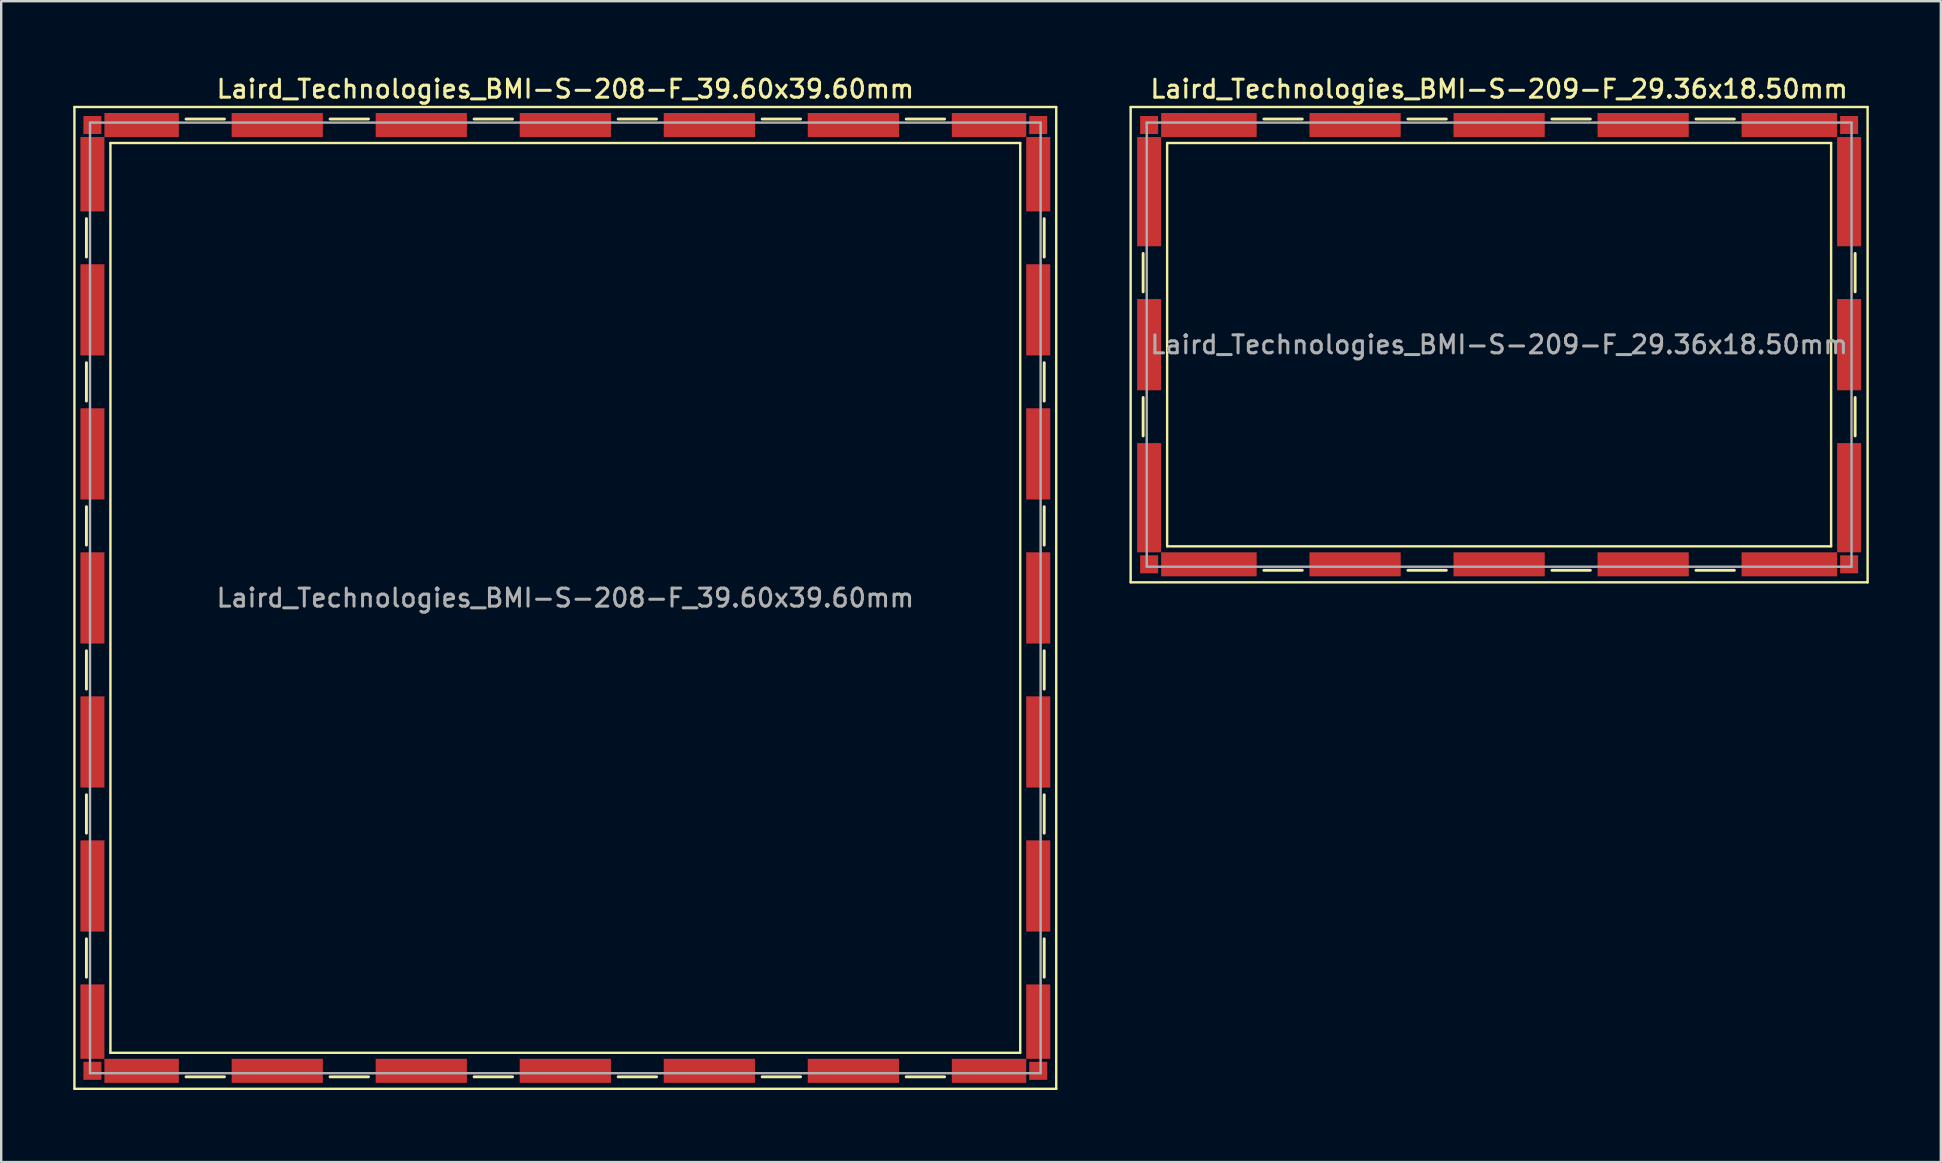
<source format=kicad_pcb>
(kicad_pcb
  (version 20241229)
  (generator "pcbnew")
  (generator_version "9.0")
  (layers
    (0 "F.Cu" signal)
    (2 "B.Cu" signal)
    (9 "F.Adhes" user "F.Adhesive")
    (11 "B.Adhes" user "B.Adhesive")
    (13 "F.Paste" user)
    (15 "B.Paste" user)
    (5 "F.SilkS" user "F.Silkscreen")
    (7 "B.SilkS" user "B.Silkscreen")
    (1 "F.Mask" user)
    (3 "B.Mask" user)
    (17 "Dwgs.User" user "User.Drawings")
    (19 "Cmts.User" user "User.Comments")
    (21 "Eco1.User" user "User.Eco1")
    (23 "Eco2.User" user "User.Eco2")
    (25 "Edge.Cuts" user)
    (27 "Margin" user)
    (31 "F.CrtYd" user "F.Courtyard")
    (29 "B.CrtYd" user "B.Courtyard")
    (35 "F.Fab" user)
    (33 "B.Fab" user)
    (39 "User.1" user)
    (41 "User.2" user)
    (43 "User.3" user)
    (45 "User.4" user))
  (footprint "Laird_Technologies_BMI-S-209-F_29.36x18.50mm"
    (layer "F.Cu")
    (at 59.4 11.308)
    (property "Reference" "Laird_Technologies_BMI-S-209-F_29.36x18.50mm" (at 0 -10.65 0) (layer "F.SilkS") (effects (font (size 0.75 0.75) (thickness 0.125))))
    (attr smd)
    (fp_line (start -15.35 -9.9) (end -15.35 9.9) (stroke (width 0.1) (type solid)) (layer "F.SilkS"))
    (fp_line (start -15.35 9.9) (end 15.35 9.9) (stroke (width 0.1) (type solid)) (layer "F.SilkS"))
    (fp_line (start -14.83 -3.8) (end -14.83 -2.2) (stroke (width 0.12) (type solid)) (layer "F.SilkS"))
    (fp_line (start -14.83 2.2) (end -14.83 3.8) (stroke (width 0.12) (type solid)) (layer "F.SilkS"))
    (fp_line (start -13.83 -8.4) (end -13.83 8.4) (stroke (width 0.1) (type solid)) (layer "F.SilkS"))
    (fp_line (start -9.8 -9.4) (end -8.2 -9.4) (stroke (width 0.12) (type solid)) (layer "F.SilkS"))
    (fp_line (start -9.8 9.4) (end -8.2 9.4) (stroke (width 0.12) (type solid)) (layer "F.SilkS"))
    (fp_line (start -3.8 -9.4) (end -2.2 -9.4) (stroke (width 0.12) (type solid)) (layer "F.SilkS"))
    (fp_line (start -3.8 9.4) (end -2.2 9.4) (stroke (width 0.12) (type solid)) (layer "F.SilkS"))
    (fp_line (start 2.2 -9.4) (end 3.8 -9.4) (stroke (width 0.12) (type solid)) (layer "F.SilkS"))
    (fp_line (start 2.2 9.4) (end 3.8 9.4) (stroke (width 0.12) (type solid)) (layer "F.SilkS"))
    (fp_line (start 8.2 -9.4) (end 9.8 -9.4) (stroke (width 0.12) (type solid)) (layer "F.SilkS"))
    (fp_line (start 8.2 9.4) (end 9.8 9.4) (stroke (width 0.12) (type solid)) (layer "F.SilkS"))
    (fp_line (start 13.83 -8.4) (end -13.83 -8.4) (stroke (width 0.1) (type solid)) (layer "F.SilkS"))
    (fp_line (start 13.83 -8.4) (end 13.83 8.4) (stroke (width 0.1) (type solid)) (layer "F.SilkS"))
    (fp_line (start 13.83 8.4) (end -13.83 8.4) (stroke (width 0.1) (type solid)) (layer "F.SilkS"))
    (fp_line (start 14.83 -3.8) (end 14.83 -2.2) (stroke (width 0.12) (type solid)) (layer "F.SilkS"))
    (fp_line (start 14.83 2.2) (end 14.83 3.8) (stroke (width 0.12) (type solid)) (layer "F.SilkS"))
    (fp_line (start 15.35 -9.9) (end -15.35 -9.9) (stroke (width 0.1) (type solid)) (layer "F.SilkS"))
    (fp_line (start 15.35 9.9) (end 15.35 -9.9) (stroke (width 0.1) (type solid)) (layer "F.SilkS"))
    (fp_line (start -14.68 -9.25) (end -14.68 9.25) (stroke (width 0.1) (type solid)) (layer "F.Fab"))
    (fp_line (start -14.68 9.25) (end 14.68 9.25) (stroke (width 0.1) (type solid)) (layer "F.Fab"))
    (fp_line (start 14.68 -9.25) (end -14.68 -9.25) (stroke (width 0.1) (type solid)) (layer "F.Fab"))
    (fp_line (start 14.68 9.25) (end 14.68 -9.25) (stroke (width 0.1) (type solid)) (layer "F.Fab"))
    (fp_text user "${REFERENCE}" (at 0 0 0) (layer "F.Fab") (effects (font (size 0.75 0.75) (thickness 0.125))))
    (pad "1" smd rect (at -14.58 -9.15) (size 0.75 0.75) (layers "F.Cu" "F.Mask" "F.Paste"))
    (pad "1" smd rect (at -14.58 -6.375) (size 1 4.55) (layers "F.Cu" "F.Mask" "F.Paste"))
    (pad "1" smd rect (at -14.58 0) (size 1 3.8) (layers "F.Cu" "F.Mask" "F.Paste"))
    (pad "1" smd rect (at -14.58 6.375) (size 1 4.55) (layers "F.Cu" "F.Mask" "F.Paste"))
    (pad "1" smd rect (at -14.58 9.15) (size 0.75 0.75) (layers "F.Cu" "F.Mask" "F.Paste"))
    (pad "1" smd rect (at -12.09 -9.15) (size 3.98 1) (layers "F.Cu" "F.Mask" "F.Paste"))
    (pad "1" smd rect (at -12.09 9.15) (size 3.98 1) (layers "F.Cu" "F.Mask" "F.Paste"))
    (pad "1" smd rect (at -6 -9.15) (size 3.8 1) (layers "F.Cu" "F.Mask" "F.Paste"))
    (pad "1" smd rect (at -6 9.15) (size 3.8 1) (layers "F.Cu" "F.Mask" "F.Paste"))
    (pad "1" smd rect (at 0 -9.15) (size 3.8 1) (layers "F.Cu" "F.Mask" "F.Paste"))
    (pad "1" smd rect (at 0 9.15) (size 3.8 1) (layers "F.Cu" "F.Mask" "F.Paste"))
    (pad "1" smd rect (at 6 -9.15) (size 3.8 1) (layers "F.Cu" "F.Mask" "F.Paste"))
    (pad "1" smd rect (at 6 9.15) (size 3.8 1) (layers "F.Cu" "F.Mask" "F.Paste"))
    (pad "1" smd rect (at 12.09 -9.15) (size 3.98 1) (layers "F.Cu" "F.Mask" "F.Paste"))
    (pad "1" smd rect (at 12.09 9.15) (size 3.98 1) (layers "F.Cu" "F.Mask" "F.Paste"))
    (pad "1" smd rect (at 14.58 -9.15) (size 0.75 0.75) (layers "F.Cu" "F.Mask" "F.Paste"))
    (pad "1" smd rect (at 14.58 -6.375) (size 1 4.55) (layers "F.Cu" "F.Mask" "F.Paste"))
    (pad "1" smd rect (at 14.58 0) (size 1 3.8) (layers "F.Cu" "F.Mask" "F.Paste"))
    (pad "1" smd rect (at 14.58 6.375) (size 1 4.55) (layers "F.Cu" "F.Mask" "F.Paste"))
    (pad "1" smd rect (at 14.58 9.15) (size 0.75 0.75) (layers "F.Cu" "F.Mask" "F.Paste")))
  (footprint "Laird_Technologies_BMI-S-208-F_39.60x39.60mm"
    (layer "F.Cu")
    (at 20.5 21.858)
    (property "Reference" "Laird_Technologies_BMI-S-208-F_39.60x39.60mm" (at 0 -21.2 0) (layer "F.SilkS") (effects (font (size 0.75 0.75) (thickness 0.125))))
    (attr smd)
    (fp_line (start -20.45 -20.45) (end -20.45 20.45) (stroke (width 0.1) (type solid)) (layer "F.SilkS"))
    (fp_line (start -20.45 20.45) (end 20.45 20.45) (stroke (width 0.1) (type solid)) (layer "F.SilkS"))
    (fp_line (start -19.95 -15.8) (end -19.95 -14.2) (stroke (width 0.12) (type solid)) (layer "F.SilkS"))
    (fp_line (start -19.95 -9.8) (end -19.95 -8.2) (stroke (width 0.12) (type solid)) (layer "F.SilkS"))
    (fp_line (start -19.95 -3.8) (end -19.95 -2.2) (stroke (width 0.12) (type solid)) (layer "F.SilkS"))
    (fp_line (start -19.95 2.2) (end -19.95 3.8) (stroke (width 0.12) (type solid)) (layer "F.SilkS"))
    (fp_line (start -19.95 8.2) (end -19.95 9.8) (stroke (width 0.12) (type solid)) (layer "F.SilkS"))
    (fp_line (start -19.95 14.2) (end -19.95 15.8) (stroke (width 0.12) (type solid)) (layer "F.SilkS"))
    (fp_line (start -18.95 -18.95) (end -18.95 18.95) (stroke (width 0.1) (type solid)) (layer "F.SilkS"))
    (fp_line (start -15.8 -19.95) (end -14.2 -19.95) (stroke (width 0.12) (type solid)) (layer "F.SilkS"))
    (fp_line (start -15.8 19.95) (end -14.2 19.95) (stroke (width 0.12) (type solid)) (layer "F.SilkS"))
    (fp_line (start -9.8 -19.95) (end -8.2 -19.95) (stroke (width 0.12) (type solid)) (layer "F.SilkS"))
    (fp_line (start -9.8 19.95) (end -8.2 19.95) (stroke (width 0.12) (type solid)) (layer "F.SilkS"))
    (fp_line (start -3.8 -19.95) (end -2.2 -19.95) (stroke (width 0.12) (type solid)) (layer "F.SilkS"))
    (fp_line (start -3.8 19.95) (end -2.2 19.95) (stroke (width 0.12) (type solid)) (layer "F.SilkS"))
    (fp_line (start 2.2 -19.95) (end 3.8 -19.95) (stroke (width 0.12) (type solid)) (layer "F.SilkS"))
    (fp_line (start 2.2 19.95) (end 3.8 19.95) (stroke (width 0.12) (type solid)) (layer "F.SilkS"))
    (fp_line (start 8.2 -19.95) (end 9.8 -19.95) (stroke (width 0.12) (type solid)) (layer "F.SilkS"))
    (fp_line (start 8.2 19.95) (end 9.8 19.95) (stroke (width 0.12) (type solid)) (layer "F.SilkS"))
    (fp_line (start 14.2 -19.95) (end 15.8 -19.95) (stroke (width 0.12) (type solid)) (layer "F.SilkS"))
    (fp_line (start 14.2 19.95) (end 15.8 19.95) (stroke (width 0.12) (type solid)) (layer "F.SilkS"))
    (fp_line (start 18.95 -18.95) (end -18.95 -18.95) (stroke (width 0.1) (type solid)) (layer "F.SilkS"))
    (fp_line (start 18.95 -18.95) (end 18.95 18.95) (stroke (width 0.1) (type solid)) (layer "F.SilkS"))
    (fp_line (start 18.95 18.95) (end -18.95 18.95) (stroke (width 0.1) (type solid)) (layer "F.SilkS"))
    (fp_line (start 19.95 -15.8) (end 19.95 -14.2) (stroke (width 0.12) (type solid)) (layer "F.SilkS"))
    (fp_line (start 19.95 -9.8) (end 19.95 -8.2) (stroke (width 0.12) (type solid)) (layer "F.SilkS"))
    (fp_line (start 19.95 -3.8) (end 19.95 -2.2) (stroke (width 0.12) (type solid)) (layer "F.SilkS"))
    (fp_line (start 19.95 2.2) (end 19.95 3.8) (stroke (width 0.12) (type solid)) (layer "F.SilkS"))
    (fp_line (start 19.95 8.2) (end 19.95 9.8) (stroke (width 0.12) (type solid)) (layer "F.SilkS"))
    (fp_line (start 19.95 14.2) (end 19.95 15.8) (stroke (width 0.12) (type solid)) (layer "F.SilkS"))
    (fp_line (start 20.45 -20.45) (end -20.45 -20.45) (stroke (width 0.1) (type solid)) (layer "F.SilkS"))
    (fp_line (start 20.45 20.45) (end 20.45 -20.45) (stroke (width 0.1) (type solid)) (layer "F.SilkS"))
    (fp_line (start -19.8 -19.8) (end -19.8 19.8) (stroke (width 0.1) (type solid)) (layer "F.Fab"))
    (fp_line (start -19.8 19.8) (end 19.8 19.8) (stroke (width 0.1) (type solid)) (layer "F.Fab"))
    (fp_line (start 19.8 -19.8) (end -19.8 -19.8) (stroke (width 0.1) (type solid)) (layer "F.Fab"))
    (fp_line (start 19.8 19.8) (end 19.8 -19.8) (stroke (width 0.1) (type solid)) (layer "F.Fab"))
    (fp_text user "${REFERENCE}" (at 0 0 0) (layer "F.Fab") (effects (font (size 0.75 0.75) (thickness 0.125))))
    (pad "1" smd rect (at -19.7 -19.7) (size 0.75 0.75) (layers "F.Cu" "F.Mask" "F.Paste"))
    (pad "1" smd rect (at -19.7 -17.65) (size 1 3.1) (layers "F.Cu" "F.Mask" "F.Paste"))
    (pad "1" smd rect (at -19.7 -12) (size 1 3.8) (layers "F.Cu" "F.Mask" "F.Paste"))
    (pad "1" smd rect (at -19.7 -6) (size 1 3.8) (layers "F.Cu" "F.Mask" "F.Paste"))
    (pad "1" smd rect (at -19.7 0) (size 1 3.8) (layers "F.Cu" "F.Mask" "F.Paste"))
    (pad "1" smd rect (at -19.7 6) (size 1 3.8) (layers "F.Cu" "F.Mask" "F.Paste"))
    (pad "1" smd rect (at -19.7 12) (size 1 3.8) (layers "F.Cu" "F.Mask" "F.Paste"))
    (pad "1" smd rect (at -19.7 17.65) (size 1 3.1) (layers "F.Cu" "F.Mask" "F.Paste"))
    (pad "1" smd rect (at -19.7 19.7) (size 0.75 0.75) (layers "F.Cu" "F.Mask" "F.Paste"))
    (pad "1" smd rect (at -17.65 -19.7) (size 3.1 1) (layers "F.Cu" "F.Mask" "F.Paste"))
    (pad "1" smd rect (at -17.65 19.7) (size 3.1 1) (layers "F.Cu" "F.Mask" "F.Paste"))
    (pad "1" smd rect (at -12 -19.7) (size 3.8 1) (layers "F.Cu" "F.Mask" "F.Paste"))
    (pad "1" smd rect (at -12 19.7) (size 3.8 1) (layers "F.Cu" "F.Mask" "F.Paste"))
    (pad "1" smd rect (at -6 -19.7) (size 3.8 1) (layers "F.Cu" "F.Mask" "F.Paste"))
    (pad "1" smd rect (at -6 19.7) (size 3.8 1) (layers "F.Cu" "F.Mask" "F.Paste"))
    (pad "1" smd rect (at 0 -19.7) (size 3.8 1) (layers "F.Cu" "F.Mask" "F.Paste"))
    (pad "1" smd rect (at 0 19.7) (size 3.8 1) (layers "F.Cu" "F.Mask" "F.Paste"))
    (pad "1" smd rect (at 6 -19.7) (size 3.8 1) (layers "F.Cu" "F.Mask" "F.Paste"))
    (pad "1" smd rect (at 6 19.7) (size 3.8 1) (layers "F.Cu" "F.Mask" "F.Paste"))
    (pad "1" smd rect (at 12 -19.7) (size 3.8 1) (layers "F.Cu" "F.Mask" "F.Paste"))
    (pad "1" smd rect (at 12 19.7) (size 3.8 1) (layers "F.Cu" "F.Mask" "F.Paste"))
    (pad "1" smd rect (at 17.65 -19.7) (size 3.1 1) (layers "F.Cu" "F.Mask" "F.Paste"))
    (pad "1" smd rect (at 17.65 19.7) (size 3.1 1) (layers "F.Cu" "F.Mask" "F.Paste"))
    (pad "1" smd rect (at 19.7 -19.7) (size 0.75 0.75) (layers "F.Cu" "F.Mask" "F.Paste"))
    (pad "1" smd rect (at 19.7 -17.65) (size 1 3.1) (layers "F.Cu" "F.Mask" "F.Paste"))
    (pad "1" smd rect (at 19.7 -12) (size 1 3.8) (layers "F.Cu" "F.Mask" "F.Paste"))
    (pad "1" smd rect (at 19.7 -6) (size 1 3.8) (layers "F.Cu" "F.Mask" "F.Paste"))
    (pad "1" smd rect (at 19.7 0) (size 1 3.8) (layers "F.Cu" "F.Mask" "F.Paste"))
    (pad "1" smd rect (at 19.7 6) (size 1 3.8) (layers "F.Cu" "F.Mask" "F.Paste"))
    (pad "1" smd rect (at 19.7 12) (size 1 3.8) (layers "F.Cu" "F.Mask" "F.Paste"))
    (pad "1" smd rect (at 19.7 17.65) (size 1 3.1) (layers "F.Cu" "F.Mask" "F.Paste"))
    (pad "1" smd rect (at 19.7 19.7) (size 0.75 0.75) (layers "F.Cu" "F.Mask" "F.Paste")))
  (gr_rect
    (start -3 -3)
    (end 77.8 45.358)
    (stroke (width 0.1) (type default))
    (fill no)
    (layer "Edge.Cuts")))
</source>
